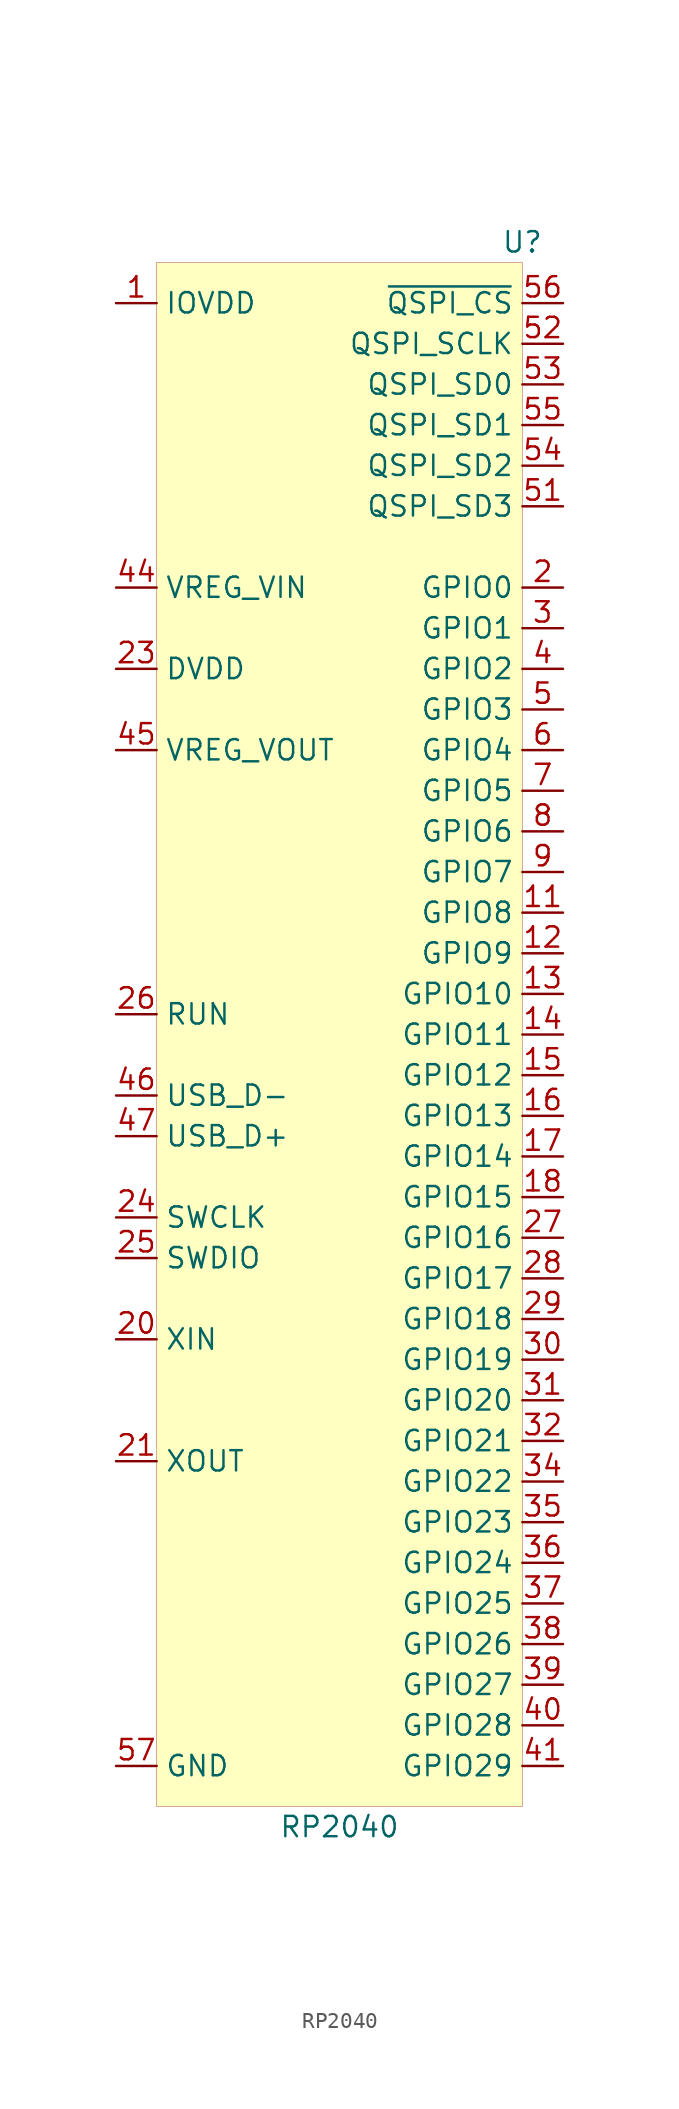
<source format=kicad_sym>
(kicad_symbol_lib
  (version 20201005)
  (generator kicad_symbol_editor)
  (symbol "MCU_RaspberryPi:RP2040"
    (property "Reference" "U"
      (at 11.43 1.27 0)
      (effects (font (size 1.27 1.27))))
    (property "Value" "RP2040"
      (at 0 -97.79 0)
      (effects (font (size 1.27 1.27))))
    (symbol "RP2040_0_0"
      (pin power_in line (at -13.97 -2.54 0) (length 2.54) (name "IOVDD" (effects (font (size 1.27 1.27)))) (number "1" (effects (font (size 1.27 1.27)))))
      (pin bidirectional line (at 13.97 -20.32 180) (length 2.54) (name "GPIO0" (effects (font (size 1.27 1.27)))) (number "2" (effects (font (size 1.27 1.27)))))
      (pin bidirectional line (at 13.97 -22.86 180) (length 2.54) (name "GPIO1" (effects (font (size 1.27 1.27)))) (number "3" (effects (font (size 1.27 1.27)))))
      (pin bidirectional line (at 13.97 -25.4 180) (length 2.54) (name "GPIO2" (effects (font (size 1.27 1.27)))) (number "4" (effects (font (size 1.27 1.27)))))
      (pin bidirectional line (at 13.97 -27.94 180) (length 2.54) (name "GPIO3" (effects (font (size 1.27 1.27)))) (number "5" (effects (font (size 1.27 1.27)))))
      (pin bidirectional line (at 13.97 -30.48 180) (length 2.54) (name "GPIO4" (effects (font (size 1.27 1.27)))) (number "6" (effects (font (size 1.27 1.27)))))
      (pin bidirectional line (at 13.97 -33.02 180) (length 2.54) (name "GPIO5" (effects (font (size 1.27 1.27)))) (number "7" (effects (font (size 1.27 1.27)))))
      (pin bidirectional line (at 13.97 -35.56 180) (length 2.54) (name "GPIO6" (effects (font (size 1.27 1.27)))) (number "8" (effects (font (size 1.27 1.27)))))
      (pin bidirectional line (at 13.97 -38.1 180) (length 2.54) (name "GPIO7" (effects (font (size 1.27 1.27)))) (number "9" (effects (font (size 1.27 1.27)))))
      (pin passive line (at -13.97 -2.54 0) (length 2.54) hide (name "IOVDD" (effects (font (size 1.27 1.27)))) (number "10" (effects (font (size 1.27 1.27)))))
      (pin bidirectional line (at 13.97 -40.64 180) (length 2.54) (name "GPIO8" (effects (font (size 1.27 1.27)))) (number "11" (effects (font (size 1.27 1.27))))))
    (symbol "RP2040_0_1"
      (rectangle (start -11.43 0) (end 11.43 -96.52) (stroke (width 0.001)) (fill (type background))))
    (symbol "RP2040_1_1"
      (pin bidirectional line (at 13.97 -43.18 180) (length 2.54) (name "GPIO9" (effects (font (size 1.27 1.27)))) (number "12" (effects (font (size 1.27 1.27)))))
      (pin bidirectional line (at 13.97 -45.72 180) (length 2.54) (name "GPIO10" (effects (font (size 1.27 1.27)))) (number "13" (effects (font (size 1.27 1.27)))))
      (pin bidirectional line (at 13.97 -48.26 180) (length 2.54) (name "GPIO11" (effects (font (size 1.27 1.27)))) (number "14" (effects (font (size 1.27 1.27)))))
      (pin bidirectional line (at 13.97 -50.8 180) (length 2.54) (name "GPIO12" (effects (font (size 1.27 1.27)))) (number "15" (effects (font (size 1.27 1.27)))))
      (pin bidirectional line (at 13.97 -53.34 180) (length 2.54) (name "GPIO13" (effects (font (size 1.27 1.27)))) (number "16" (effects (font (size 1.27 1.27)))))
      (pin bidirectional line (at 13.97 -55.88 180) (length 2.54) (name "GPIO14" (effects (font (size 1.27 1.27)))) (number "17" (effects (font (size 1.27 1.27)))))
      (pin bidirectional line (at 13.97 -58.42 180) (length 2.54) (name "GPIO15" (effects (font (size 1.27 1.27)))) (number "18" (effects (font (size 1.27 1.27)))))
      (pin passive line (at -13.97 -93.98 0) (length 2.54) hide (name "TESTEN" (effects (font (size 1.27 1.27)))) (number "19" (effects (font (size 1.27 1.27)))))
      (pin input line (at -13.97 -67.31 0) (length 2.54) (name "XIN" (effects (font (size 1.27 1.27)))) (number "20" (effects (font (size 1.27 1.27)))))
      (pin output line (at -13.97 -74.93 0) (length 2.54) (name "XOUT" (effects (font (size 1.27 1.27)))) (number "21" (effects (font (size 1.27 1.27)))))
      (pin passive line (at -13.97 -2.54 0) (length 2.54) hide (name "IOVDD" (effects (font (size 1.27 1.27)))) (number "22" (effects (font (size 1.27 1.27)))))
      (pin power_in line (at -13.97 -25.4 0) (length 2.54) (name "DVDD" (effects (font (size 1.27 1.27)))) (number "23" (effects (font (size 1.27 1.27)))))
      (pin input line (at -13.97 -59.69 0) (length 2.54) (name "SWCLK" (effects (font (size 1.27 1.27)))) (number "24" (effects (font (size 1.27 1.27)))))
      (pin bidirectional line (at -13.97 -62.23 0) (length 2.54) (name "SWDIO" (effects (font (size 1.27 1.27)))) (number "25" (effects (font (size 1.27 1.27)))))
      (pin input line (at -13.97 -46.99 0) (length 2.54) (name "RUN" (effects (font (size 1.27 1.27)))) (number "26" (effects (font (size 1.27 1.27)))))
      (pin bidirectional line (at 13.97 -60.96 180) (length 2.54) (name "GPIO16" (effects (font (size 1.27 1.27)))) (number "27" (effects (font (size 1.27 1.27)))))
      (pin bidirectional line (at 13.97 -63.5 180) (length 2.54) (name "GPIO17" (effects (font (size 1.27 1.27)))) (number "28" (effects (font (size 1.27 1.27)))))
      (pin bidirectional line (at 13.97 -66.04 180) (length 2.54) (name "GPIO18" (effects (font (size 1.27 1.27)))) (number "29" (effects (font (size 1.27 1.27)))))
      (pin bidirectional line (at 13.97 -68.58 180) (length 2.54) (name "GPIO19" (effects (font (size 1.27 1.27)))) (number "30" (effects (font (size 1.27 1.27)))))
      (pin bidirectional line (at 13.97 -71.12 180) (length 2.54) (name "GPIO20" (effects (font (size 1.27 1.27)))) (number "31" (effects (font (size 1.27 1.27)))))
      (pin bidirectional line (at 13.97 -73.66 180) (length 2.54) (name "GPIO21" (effects (font (size 1.27 1.27)))) (number "32" (effects (font (size 1.27 1.27)))))
      (pin passive line (at -13.97 -2.54 0) (length 2.54) hide (name "IOVDD" (effects (font (size 1.27 1.27)))) (number "33" (effects (font (size 1.27 1.27)))))
      (pin bidirectional line (at 13.97 -76.2 180) (length 2.54) (name "GPIO22" (effects (font (size 1.27 1.27)))) (number "34" (effects (font (size 1.27 1.27)))))
      (pin bidirectional line (at 13.97 -78.74 180) (length 2.54) (name "GPIO23" (effects (font (size 1.27 1.27)))) (number "35" (effects (font (size 1.27 1.27)))))
      (pin bidirectional line (at 13.97 -81.28 180) (length 2.54) (name "GPIO24" (effects (font (size 1.27 1.27)))) (number "36" (effects (font (size 1.27 1.27)))))
      (pin bidirectional line (at 13.97 -83.82 180) (length 2.54) (name "GPIO25" (effects (font (size 1.27 1.27)))) (number "37" (effects (font (size 1.27 1.27)))))
      (pin bidirectional line (at 13.97 -86.36 180) (length 2.54) (name "GPIO26" (effects (font (size 1.27 1.27)))) (number "38" (effects (font (size 1.27 1.27)))))
      (pin bidirectional line (at 13.97 -88.9 180) (length 2.54) (name "GPIO27" (effects (font (size 1.27 1.27)))) (number "39" (effects (font (size 1.27 1.27)))))
      (pin bidirectional line (at 13.97 -91.44 180) (length 2.54) (name "GPIO28" (effects (font (size 1.27 1.27)))) (number "40" (effects (font (size 1.27 1.27)))))
      (pin bidirectional line (at 13.97 -93.98 180) (length 2.54) (name "GPIO29" (effects (font (size 1.27 1.27)))) (number "41" (effects (font (size 1.27 1.27)))))
      (pin passive line (at -13.97 -2.54 0) (length 2.54) hide (name "IOVDD" (effects (font (size 1.27 1.27)))) (number "42" (effects (font (size 1.27 1.27)))))
      (pin passive line (at -13.97 -2.54 0) (length 2.54) hide (name "ADC_AVDD" (effects (font (size 1.27 1.27)))) (number "43" (effects (font (size 1.27 1.27)))))
      (pin power_in line (at -13.97 -20.32 0) (length 2.54) (name "VREG_VIN" (effects (font (size 1.27 1.27)))) (number "44" (effects (font (size 1.27 1.27)))))
      (pin power_out line (at -13.97 -30.48 0) (length 2.54) (name "VREG_VOUT" (effects (font (size 1.27 1.27)))) (number "45" (effects (font (size 1.27 1.27)))))
      (pin bidirectional line (at -13.97 -52.07 0) (length 2.54) (name "USB_D-" (effects (font (size 1.27 1.27)))) (number "46" (effects (font (size 1.27 1.27)))))
      (pin bidirectional line (at -13.97 -54.61 0) (length 2.54) (name "USB_D+" (effects (font (size 1.27 1.27)))) (number "47" (effects (font (size 1.27 1.27)))))
      (pin passive line (at -13.97 -2.54 0) (length 2.54) hide (name "USB_VDD" (effects (font (size 1.27 1.27)))) (number "48" (effects (font (size 1.27 1.27)))))
      (pin passive line (at -13.97 -2.54 0) (length 2.54) hide (name "IOVDD" (effects (font (size 1.27 1.27)))) (number "49" (effects (font (size 1.27 1.27)))))
      (pin passive line (at -13.97 -25.4 0) (length 2.54) hide (name "DVDD" (effects (font (size 1.27 1.27)))) (number "50" (effects (font (size 1.27 1.27)))))
      (pin bidirectional line (at 13.97 -15.24 180) (length 2.54) (name "QSPI_SD3" (effects (font (size 1.27 1.27)))) (number "51" (effects (font (size 1.27 1.27)))))
      (pin output line (at 13.97 -5.08 180) (length 2.54) (name "QSPI_SCLK" (effects (font (size 1.27 1.27)))) (number "52" (effects (font (size 1.27 1.27)))))
      (pin bidirectional line (at 13.97 -7.62 180) (length 2.54) (name "QSPI_SD0" (effects (font (size 1.27 1.27)))) (number "53" (effects (font (size 1.27 1.27)))))
      (pin bidirectional line (at 13.97 -12.7 180) (length 2.54) (name "QSPI_SD2" (effects (font (size 1.27 1.27)))) (number "54" (effects (font (size 1.27 1.27)))))
      (pin bidirectional line (at 13.97 -10.16 180) (length 2.54) (name "QSPI_SD1" (effects (font (size 1.27 1.27)))) (number "55" (effects (font (size 1.27 1.27)))))
      (pin input line (at 13.97 -2.54 180) (length 2.54) (name "~QSPI_CS~" (effects (font (size 1.27 1.27)))) (number "56" (effects (font (size 1.27 1.27)))))
      (pin power_in line (at -13.97 -93.98 0) (length 2.54) (name "GND" (effects (font (size 1.27 1.27)))) (number "57" (effects (font (size 1.27 1.27))))))))
</source>
